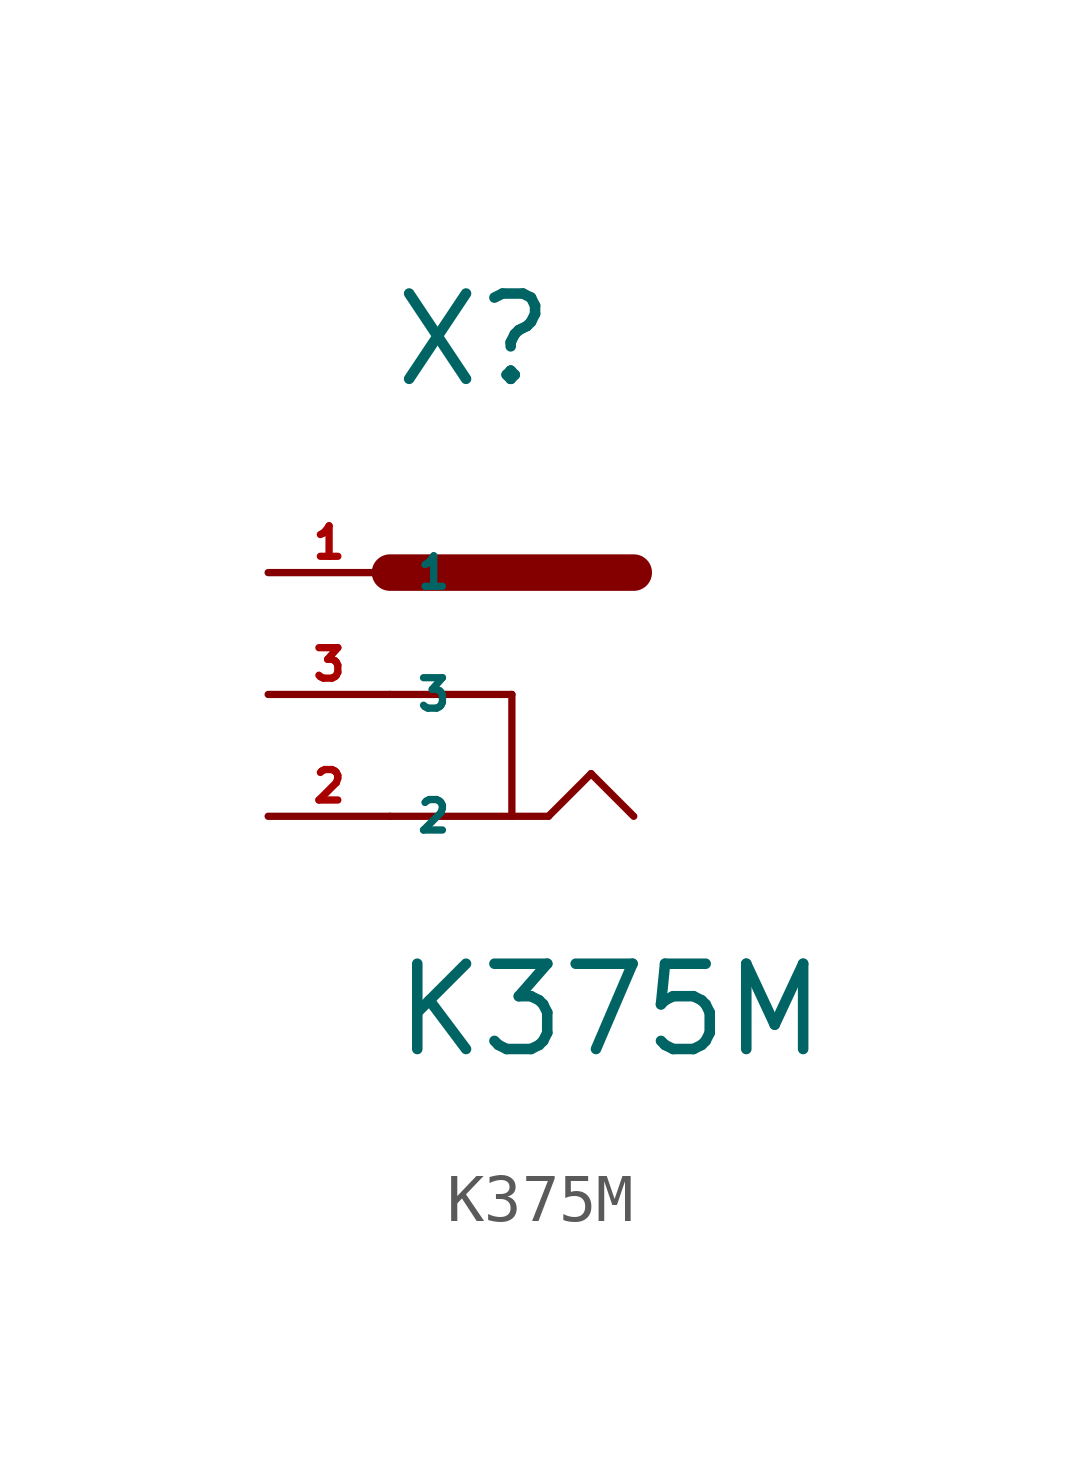
<source format=kicad_sym>
(kicad_symbol_lib
  (version 20220914)
  (generator Eagle2Kicad)
  (symbol "K375M"
    (property "Reference" "X"
      (at -2.54 6.35 0)
      (effects (font (size 1.778 1.778) (thickness 0.22)) (justify left bottom)))
    (property "Value" "K375M"
      (at -2.54 -7.62 0)
      (effects (font (size 1.778 1.778) (thickness 0.22)) (justify left bottom)))
    (polyline
      (pts (xy -2.54 2.54) (xy 2.54 2.54))
      (stroke (width 0.762) (type default))
      (fill (type none)))
    (polyline
      (pts (xy -2.54 0) (xy 0 0))
      (stroke (width 0.152) (type default))
      (fill (type none)))
    (polyline
      (pts (xy 0 0) (xy 0 -2.54))
      (stroke (width 0.152) (type default))
      (fill (type none)))
    (polyline
      (pts (xy -2.54 -2.54) (xy 0.762 -2.54))
      (stroke (width 0.152) (type default))
      (fill (type none)))
    (polyline
      (pts (xy 0.762 -2.54) (xy 1.651 -1.651))
      (stroke (width 0.152) (type default))
      (fill (type none)))
    (polyline
      (pts (xy 1.651 -1.651) (xy 2.54 -2.54))
      (stroke (width 0.152) (type default))
      (fill (type none)))
    (pin passive line
      (at -5.08 2.54 0)
      (length 2.54)
      (name "1" (effects (font (size 0.635 0.635) (thickness 0.08)) (justify left bottom)))
      (number "1" (effects (font (size 0.635 0.635) (thickness 0.08)) (justify left bottom))))
    (pin passive line
      (at -5.08 -2.54 0)
      (length 2.54)
      (name "2" (effects (font (size 0.635 0.635) (thickness 0.08)) (justify left bottom)))
      (number "2" (effects (font (size 0.635 0.635) (thickness 0.08)) (justify left bottom))))
    (pin passive line
      (at -5.08 0 0)
      (length 2.54)
      (name "3" (effects (font (size 0.635 0.635) (thickness 0.08)) (justify left bottom)))
      (number "3" (effects (font (size 0.635 0.635) (thickness 0.08)) (justify left bottom))))))
</source>
